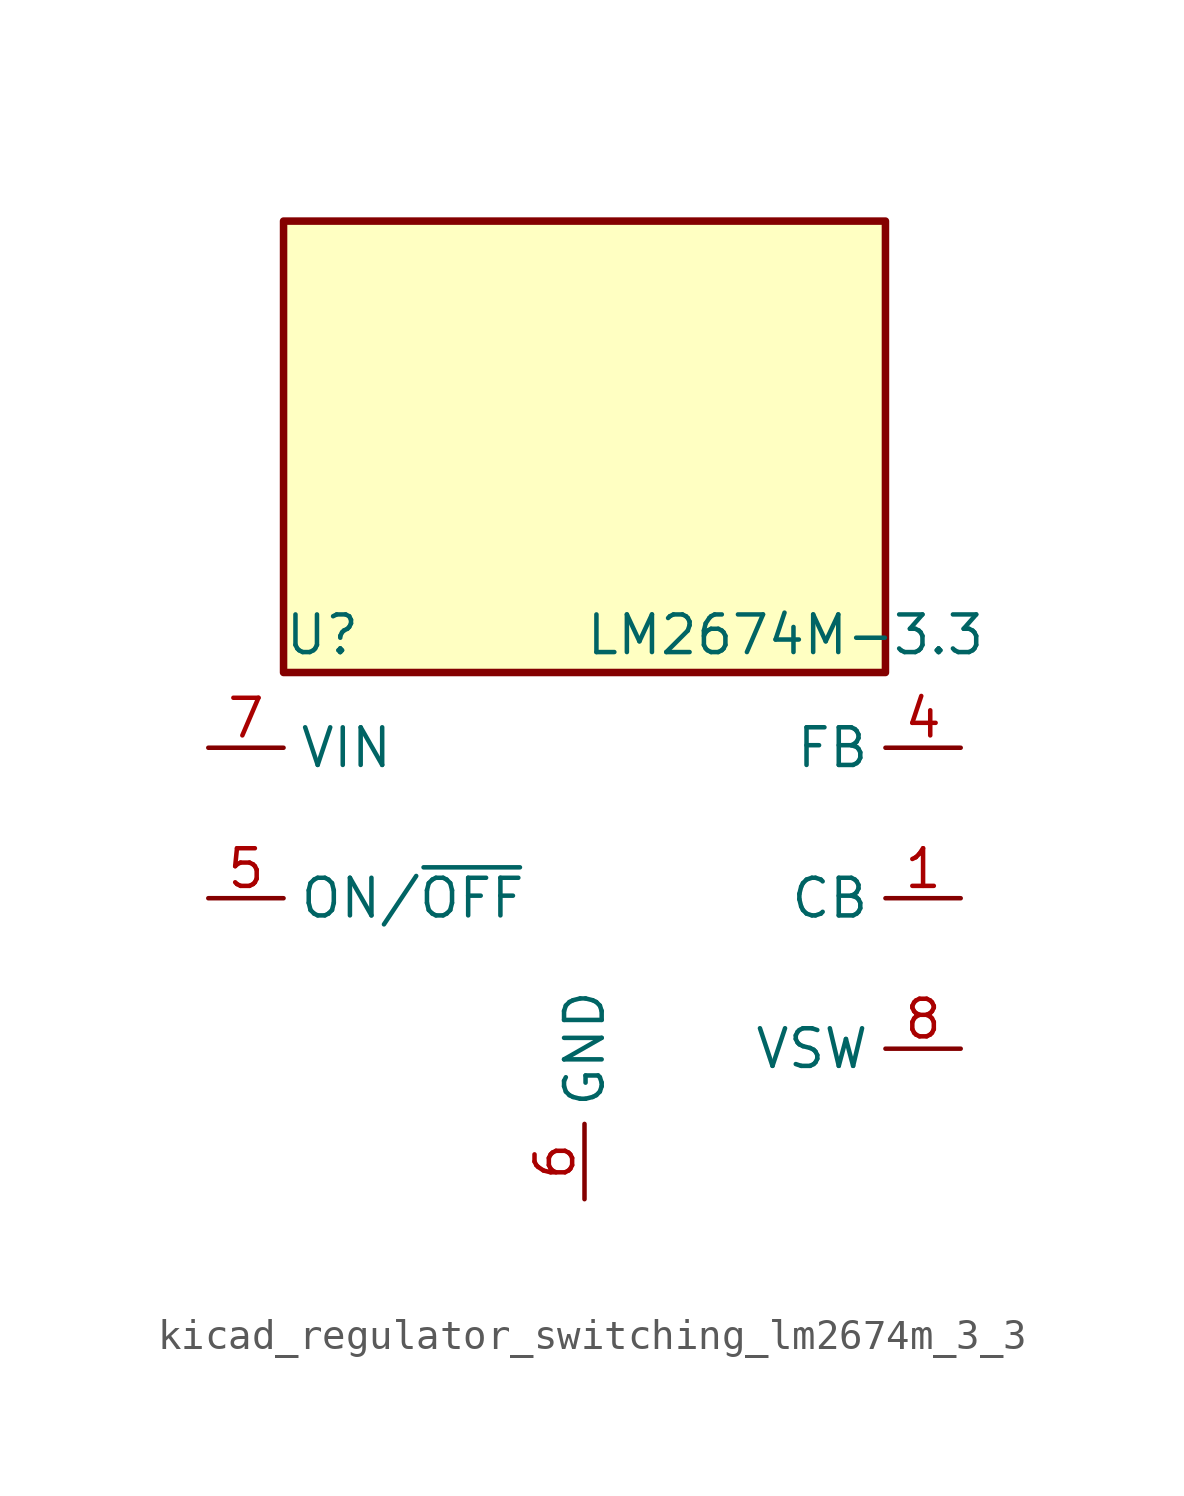
<source format=kicad_sym>
(kicad_symbol_lib
  (version 20220914)
  (generator kicad_symbol_editor)
  (symbol "kicad_regulator_switching_lm2674m_3_3"
    (property "Reference" "U"
      (at -10.16 8.89 0)
      (effects (font (size 1.27 1.27)) (justify left)))
    (property "Value" "LM2674M-3.3"
      (at 0 8.89 0)
      (effects (font (size 1.27 1.27)) (justify left)))
    (symbol "kicad_regulator_switching_lm2674m_3_3_0_1"
      (rectangle (start 10.16 22.86) (end -10.16 7.62) (stroke (width 0.254) (type default)) (fill (type background))))
    (symbol "kicad_regulator_switching_lm2674m_3_3_1_1"
      (pin input line (at 12.7 0 180) (length 2.54) (name "CB" (effects (font (size 1.27 1.27)))) (number "1" (effects (font (size 1.27 1.27)))))
      (pin no_connect line (at -10.16 -2.54 0) (length 2.54) hide (name "NC" (effects (font (size 1.27 1.27)))) (number "2" (effects (font (size 1.27 1.27)))))
      (pin no_connect line (at -10.16 -5.08 0) (length 2.54) hide (name "NC" (effects (font (size 1.27 1.27)))) (number "3" (effects (font (size 1.27 1.27)))))
      (pin input line (at 12.7 5.08 180) (length 2.54) (name "FB" (effects (font (size 1.27 1.27)))) (number "4" (effects (font (size 1.27 1.27)))))
      (pin input line (at -12.7 0 0) (length 2.54) (name "ON/~{OFF}" (effects (font (size 1.27 1.27)))) (number "5" (effects (font (size 1.27 1.27)))))
      (pin power_in line (at 0 -10.16 90) (length 2.54) (name "GND" (effects (font (size 1.27 1.27)))) (number "6" (effects (font (size 1.27 1.27)))))
      (pin power_in line (at -12.7 5.08 0) (length 2.54) (name "VIN" (effects (font (size 1.27 1.27)))) (number "7" (effects (font (size 1.27 1.27)))))
      (pin output line (at 12.7 -5.08 180) (length 2.54) (name "VSW" (effects (font (size 1.27 1.27)))) (number "8" (effects (font (size 1.27 1.27))))))))
</source>
